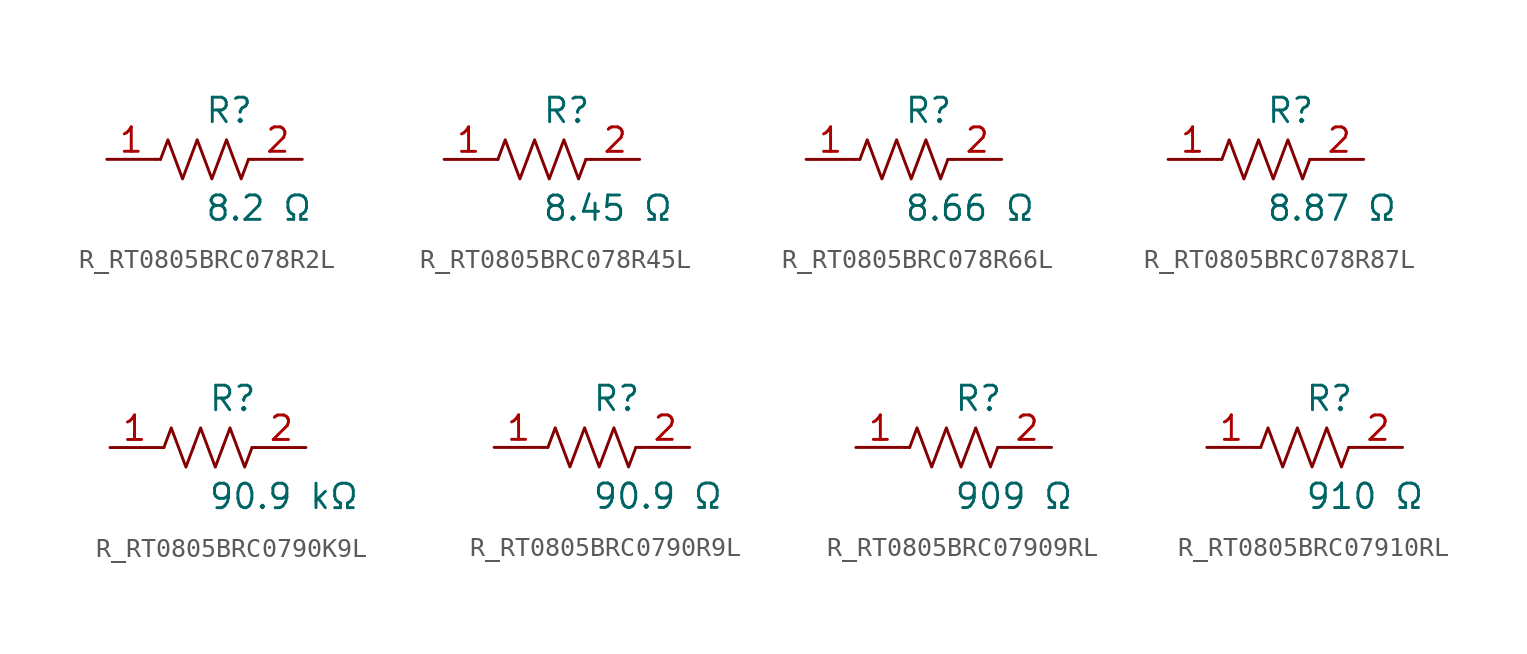
<source format=kicad_sym>
(kicad_symbol_lib
  (version 20231120)
  (generator kicad_symbol_editor)
  (generator_version 8.0)
  (symbol "R_RT0805BRC078R2L"
    (pin_names
      (offset 0.254))
    (property "Reference" "R"
      (at 0 2.54 0)
      (effects (font (size 1.27 1.27)) (justify left)))
    (property "Value" "8.2 Ω"
      (at 0 -2.54 0)
      (effects (font (size 1.27 1.27)) (justify left)))
    (symbol "R_RT0805BRC078R2L_0_1"
      (polyline (pts (xy 2.286 0) (xy 2.54 0)) (stroke (width 0) (type default)) (fill (type none)))
      (polyline (pts (xy -2.286 0) (xy -2.54 0)) (stroke (width 0) (type default)) (fill (type none)))
      (polyline (pts (xy 0.762 0) (xy 1.143 1.016) (xy 1.524 0) (xy 1.905 -1.016) (xy 2.286 0)) (stroke (width 0) (type default)) (fill (type none)))
      (polyline (pts (xy -0.762 0) (xy -0.381 1.016) (xy 0 0) (xy 0.381 -1.016) (xy 0.762 0)) (stroke (width 0) (type default)) (fill (type none)))
      (polyline (pts (xy -2.286 0) (xy -1.905 1.016) (xy -1.524 0) (xy -1.143 -1.016) (xy -0.762 0)) (stroke (width 0) (type default)) (fill (type none))))
    (pin unspecified line
      (at -5.08 0 0)
      (length 2.54)
      (name "" (effects (font (size 1.27 1.27))))
      (number "1" (effects (font (size 1.27 1.27)))))
    (pin unspecified line
      (at 5.08 0 180)
      (length 2.54)
      (name "" (effects (font (size 1.27 1.27))))
      (number "2" (effects (font (size 1.27 1.27))))))
  (symbol "R_RT0805BRC078R45L"
    (pin_names
      (offset 0.254))
    (property "Reference" "R"
      (at 0 2.54 0)
      (effects (font (size 1.27 1.27)) (justify left)))
    (property "Value" "8.45 Ω"
      (at 0 -2.54 0)
      (effects (font (size 1.27 1.27)) (justify left)))
    (symbol "R_RT0805BRC078R45L_0_1"
      (polyline (pts (xy 2.286 0) (xy 2.54 0)) (stroke (width 0) (type default)) (fill (type none)))
      (polyline (pts (xy -2.286 0) (xy -2.54 0)) (stroke (width 0) (type default)) (fill (type none)))
      (polyline (pts (xy 0.762 0) (xy 1.143 1.016) (xy 1.524 0) (xy 1.905 -1.016) (xy 2.286 0)) (stroke (width 0) (type default)) (fill (type none)))
      (polyline (pts (xy -0.762 0) (xy -0.381 1.016) (xy 0 0) (xy 0.381 -1.016) (xy 0.762 0)) (stroke (width 0) (type default)) (fill (type none)))
      (polyline (pts (xy -2.286 0) (xy -1.905 1.016) (xy -1.524 0) (xy -1.143 -1.016) (xy -0.762 0)) (stroke (width 0) (type default)) (fill (type none))))
    (pin unspecified line
      (at -5.08 0 0)
      (length 2.54)
      (name "" (effects (font (size 1.27 1.27))))
      (number "1" (effects (font (size 1.27 1.27)))))
    (pin unspecified line
      (at 5.08 0 180)
      (length 2.54)
      (name "" (effects (font (size 1.27 1.27))))
      (number "2" (effects (font (size 1.27 1.27))))))
  (symbol "R_RT0805BRC078R66L"
    (pin_names
      (offset 0.254))
    (property "Reference" "R"
      (at 0 2.54 0)
      (effects (font (size 1.27 1.27)) (justify left)))
    (property "Value" "8.66 Ω"
      (at 0 -2.54 0)
      (effects (font (size 1.27 1.27)) (justify left)))
    (symbol "R_RT0805BRC078R66L_0_1"
      (polyline (pts (xy 2.286 0) (xy 2.54 0)) (stroke (width 0) (type default)) (fill (type none)))
      (polyline (pts (xy -2.286 0) (xy -2.54 0)) (stroke (width 0) (type default)) (fill (type none)))
      (polyline (pts (xy 0.762 0) (xy 1.143 1.016) (xy 1.524 0) (xy 1.905 -1.016) (xy 2.286 0)) (stroke (width 0) (type default)) (fill (type none)))
      (polyline (pts (xy -0.762 0) (xy -0.381 1.016) (xy 0 0) (xy 0.381 -1.016) (xy 0.762 0)) (stroke (width 0) (type default)) (fill (type none)))
      (polyline (pts (xy -2.286 0) (xy -1.905 1.016) (xy -1.524 0) (xy -1.143 -1.016) (xy -0.762 0)) (stroke (width 0) (type default)) (fill (type none))))
    (pin unspecified line
      (at -5.08 0 0)
      (length 2.54)
      (name "" (effects (font (size 1.27 1.27))))
      (number "1" (effects (font (size 1.27 1.27)))))
    (pin unspecified line
      (at 5.08 0 180)
      (length 2.54)
      (name "" (effects (font (size 1.27 1.27))))
      (number "2" (effects (font (size 1.27 1.27))))))
  (symbol "R_RT0805BRC078R87L"
    (pin_names
      (offset 0.254))
    (property "Reference" "R"
      (at 0 2.54 0)
      (effects (font (size 1.27 1.27)) (justify left)))
    (property "Value" "8.87 Ω"
      (at 0 -2.54 0)
      (effects (font (size 1.27 1.27)) (justify left)))
    (symbol "R_RT0805BRC078R87L_0_1"
      (polyline (pts (xy 2.286 0) (xy 2.54 0)) (stroke (width 0) (type default)) (fill (type none)))
      (polyline (pts (xy -2.286 0) (xy -2.54 0)) (stroke (width 0) (type default)) (fill (type none)))
      (polyline (pts (xy 0.762 0) (xy 1.143 1.016) (xy 1.524 0) (xy 1.905 -1.016) (xy 2.286 0)) (stroke (width 0) (type default)) (fill (type none)))
      (polyline (pts (xy -0.762 0) (xy -0.381 1.016) (xy 0 0) (xy 0.381 -1.016) (xy 0.762 0)) (stroke (width 0) (type default)) (fill (type none)))
      (polyline (pts (xy -2.286 0) (xy -1.905 1.016) (xy -1.524 0) (xy -1.143 -1.016) (xy -0.762 0)) (stroke (width 0) (type default)) (fill (type none))))
    (pin unspecified line
      (at -5.08 0 0)
      (length 2.54)
      (name "" (effects (font (size 1.27 1.27))))
      (number "1" (effects (font (size 1.27 1.27)))))
    (pin unspecified line
      (at 5.08 0 180)
      (length 2.54)
      (name "" (effects (font (size 1.27 1.27))))
      (number "2" (effects (font (size 1.27 1.27))))))
  (symbol "R_RT0805BRC0790K9L"
    (pin_names
      (offset 0.254))
    (property "Reference" "R"
      (at 0 2.54 0)
      (effects (font (size 1.27 1.27)) (justify left)))
    (property "Value" "90.9 kΩ"
      (at 0 -2.54 0)
      (effects (font (size 1.27 1.27)) (justify left)))
    (symbol "R_RT0805BRC0790K9L_0_1"
      (polyline (pts (xy 2.286 0) (xy 2.54 0)) (stroke (width 0) (type default)) (fill (type none)))
      (polyline (pts (xy -2.286 0) (xy -2.54 0)) (stroke (width 0) (type default)) (fill (type none)))
      (polyline (pts (xy 0.762 0) (xy 1.143 1.016) (xy 1.524 0) (xy 1.905 -1.016) (xy 2.286 0)) (stroke (width 0) (type default)) (fill (type none)))
      (polyline (pts (xy -0.762 0) (xy -0.381 1.016) (xy 0 0) (xy 0.381 -1.016) (xy 0.762 0)) (stroke (width 0) (type default)) (fill (type none)))
      (polyline (pts (xy -2.286 0) (xy -1.905 1.016) (xy -1.524 0) (xy -1.143 -1.016) (xy -0.762 0)) (stroke (width 0) (type default)) (fill (type none))))
    (pin unspecified line
      (at -5.08 0 0)
      (length 2.54)
      (name "" (effects (font (size 1.27 1.27))))
      (number "1" (effects (font (size 1.27 1.27)))))
    (pin unspecified line
      (at 5.08 0 180)
      (length 2.54)
      (name "" (effects (font (size 1.27 1.27))))
      (number "2" (effects (font (size 1.27 1.27))))))
  (symbol "R_RT0805BRC0790R9L"
    (pin_names
      (offset 0.254))
    (property "Reference" "R"
      (at 0 2.54 0)
      (effects (font (size 1.27 1.27)) (justify left)))
    (property "Value" "90.9 Ω"
      (at 0 -2.54 0)
      (effects (font (size 1.27 1.27)) (justify left)))
    (symbol "R_RT0805BRC0790R9L_0_1"
      (polyline (pts (xy 2.286 0) (xy 2.54 0)) (stroke (width 0) (type default)) (fill (type none)))
      (polyline (pts (xy -2.286 0) (xy -2.54 0)) (stroke (width 0) (type default)) (fill (type none)))
      (polyline (pts (xy 0.762 0) (xy 1.143 1.016) (xy 1.524 0) (xy 1.905 -1.016) (xy 2.286 0)) (stroke (width 0) (type default)) (fill (type none)))
      (polyline (pts (xy -0.762 0) (xy -0.381 1.016) (xy 0 0) (xy 0.381 -1.016) (xy 0.762 0)) (stroke (width 0) (type default)) (fill (type none)))
      (polyline (pts (xy -2.286 0) (xy -1.905 1.016) (xy -1.524 0) (xy -1.143 -1.016) (xy -0.762 0)) (stroke (width 0) (type default)) (fill (type none))))
    (pin unspecified line
      (at -5.08 0 0)
      (length 2.54)
      (name "" (effects (font (size 1.27 1.27))))
      (number "1" (effects (font (size 1.27 1.27)))))
    (pin unspecified line
      (at 5.08 0 180)
      (length 2.54)
      (name "" (effects (font (size 1.27 1.27))))
      (number "2" (effects (font (size 1.27 1.27))))))
  (symbol "R_RT0805BRC07909RL"
    (pin_names
      (offset 0.254))
    (property "Reference" "R"
      (at 0 2.54 0)
      (effects (font (size 1.27 1.27)) (justify left)))
    (property "Value" "909 Ω"
      (at 0 -2.54 0)
      (effects (font (size 1.27 1.27)) (justify left)))
    (symbol "R_RT0805BRC07909RL_0_1"
      (polyline (pts (xy 2.286 0) (xy 2.54 0)) (stroke (width 0) (type default)) (fill (type none)))
      (polyline (pts (xy -2.286 0) (xy -2.54 0)) (stroke (width 0) (type default)) (fill (type none)))
      (polyline (pts (xy 0.762 0) (xy 1.143 1.016) (xy 1.524 0) (xy 1.905 -1.016) (xy 2.286 0)) (stroke (width 0) (type default)) (fill (type none)))
      (polyline (pts (xy -0.762 0) (xy -0.381 1.016) (xy 0 0) (xy 0.381 -1.016) (xy 0.762 0)) (stroke (width 0) (type default)) (fill (type none)))
      (polyline (pts (xy -2.286 0) (xy -1.905 1.016) (xy -1.524 0) (xy -1.143 -1.016) (xy -0.762 0)) (stroke (width 0) (type default)) (fill (type none))))
    (pin unspecified line
      (at -5.08 0 0)
      (length 2.54)
      (name "" (effects (font (size 1.27 1.27))))
      (number "1" (effects (font (size 1.27 1.27)))))
    (pin unspecified line
      (at 5.08 0 180)
      (length 2.54)
      (name "" (effects (font (size 1.27 1.27))))
      (number "2" (effects (font (size 1.27 1.27))))))
  (symbol "R_RT0805BRC07910RL"
    (pin_names
      (offset 0.254))
    (property "Reference" "R"
      (at 0 2.54 0)
      (effects (font (size 1.27 1.27)) (justify left)))
    (property "Value" "910 Ω"
      (at 0 -2.54 0)
      (effects (font (size 1.27 1.27)) (justify left)))
    (symbol "R_RT0805BRC07910RL_0_1"
      (polyline (pts (xy 2.286 0) (xy 2.54 0)) (stroke (width 0) (type default)) (fill (type none)))
      (polyline (pts (xy -2.286 0) (xy -2.54 0)) (stroke (width 0) (type default)) (fill (type none)))
      (polyline (pts (xy 0.762 0) (xy 1.143 1.016) (xy 1.524 0) (xy 1.905 -1.016) (xy 2.286 0)) (stroke (width 0) (type default)) (fill (type none)))
      (polyline (pts (xy -0.762 0) (xy -0.381 1.016) (xy 0 0) (xy 0.381 -1.016) (xy 0.762 0)) (stroke (width 0) (type default)) (fill (type none)))
      (polyline (pts (xy -2.286 0) (xy -1.905 1.016) (xy -1.524 0) (xy -1.143 -1.016) (xy -0.762 0)) (stroke (width 0) (type default)) (fill (type none))))
    (pin unspecified line
      (at -5.08 0 0)
      (length 2.54)
      (name "" (effects (font (size 1.27 1.27))))
      (number "1" (effects (font (size 1.27 1.27)))))
    (pin unspecified line
      (at 5.08 0 180)
      (length 2.54)
      (name "" (effects (font (size 1.27 1.27))))
      (number "2" (effects (font (size 1.27 1.27)))))))
</source>
